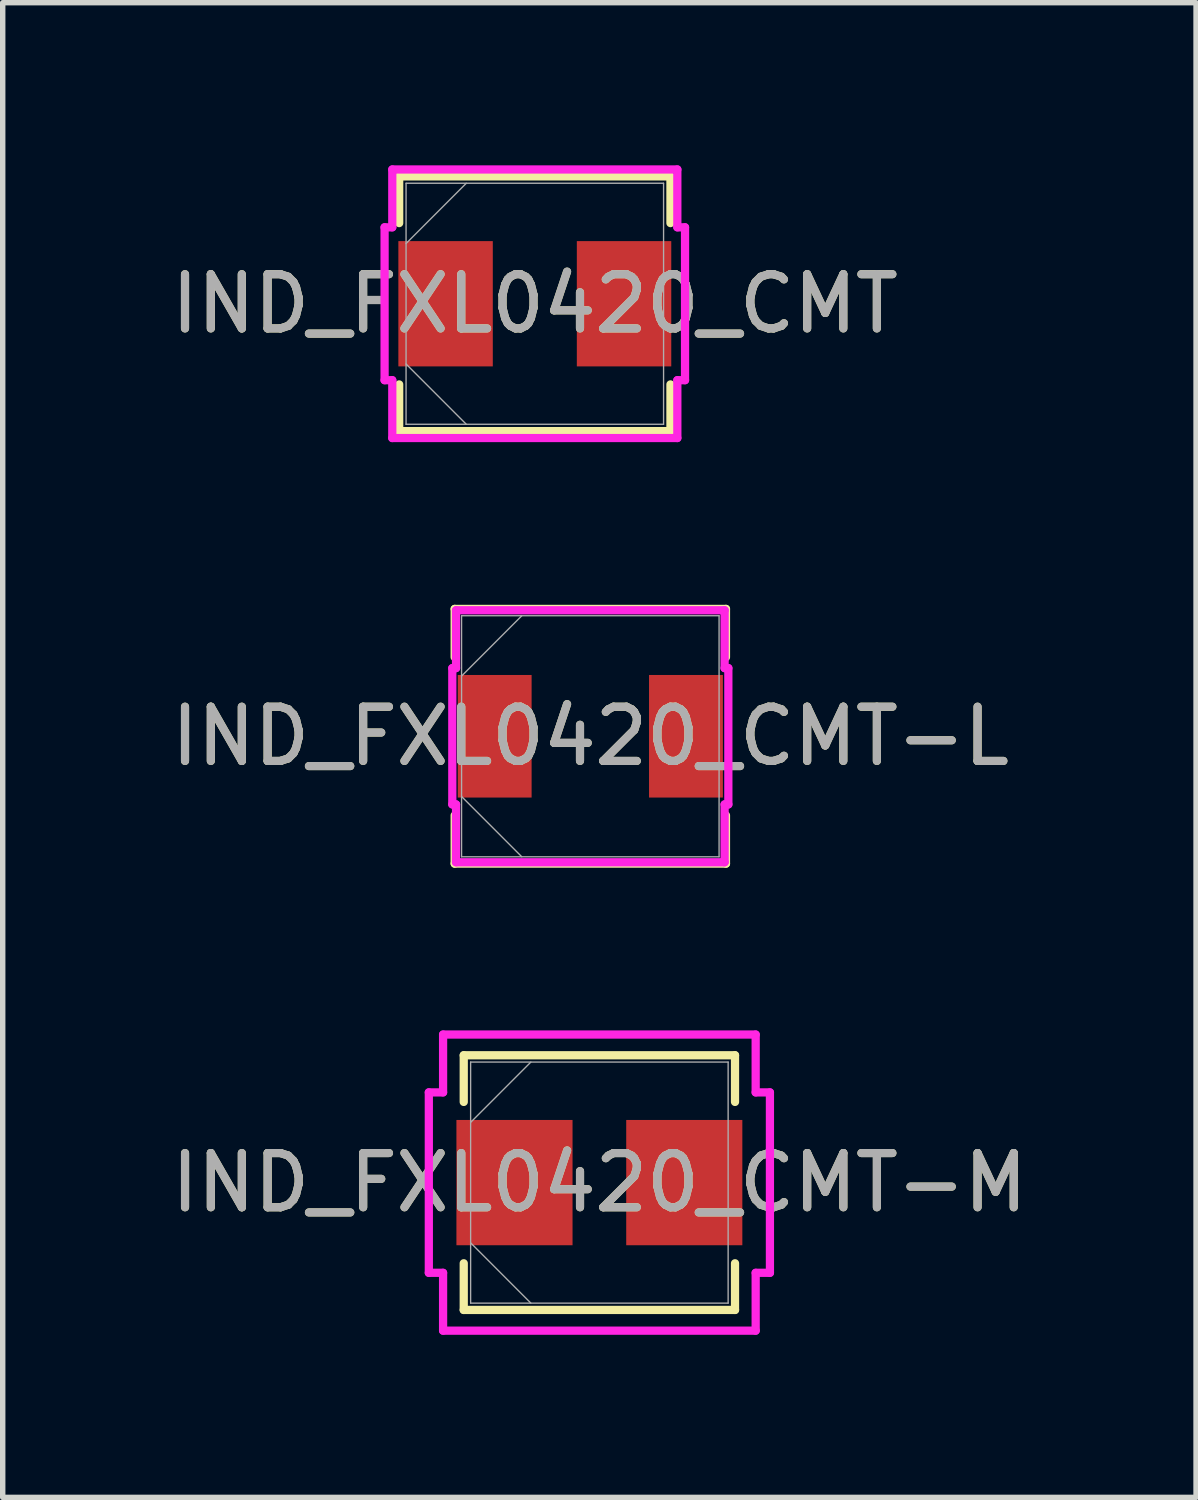
<source format=kicad_pcb>
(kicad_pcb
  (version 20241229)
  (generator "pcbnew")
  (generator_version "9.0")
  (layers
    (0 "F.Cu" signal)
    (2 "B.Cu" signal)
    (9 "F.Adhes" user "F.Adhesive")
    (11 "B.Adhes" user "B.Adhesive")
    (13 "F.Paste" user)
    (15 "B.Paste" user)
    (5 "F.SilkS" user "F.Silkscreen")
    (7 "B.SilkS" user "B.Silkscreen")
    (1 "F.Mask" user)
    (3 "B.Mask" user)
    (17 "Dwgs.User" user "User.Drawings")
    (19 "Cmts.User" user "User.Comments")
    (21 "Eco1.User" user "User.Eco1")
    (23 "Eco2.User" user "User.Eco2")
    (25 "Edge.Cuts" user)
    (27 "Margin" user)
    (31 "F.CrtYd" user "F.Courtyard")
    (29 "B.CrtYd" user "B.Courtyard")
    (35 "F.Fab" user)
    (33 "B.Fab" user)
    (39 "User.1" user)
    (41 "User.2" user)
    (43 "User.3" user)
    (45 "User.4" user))
  (footprint "IND_FXL0420_CMT-L"
    (layer "F.Cu")
    (at 7.839 10.531)
    (property "Reference" "IND_FXL0420_CMT-L" (at 0 0 0) (unlocked yes) (layer "F.SilkS") (effects (font (size 1 1) (thickness 0.15))))
    (attr smd)
    (fp_line (start -2.502 -2.349) (end -2.502 -1.459) (stroke (width 0.152) (type solid)) (layer "F.SilkS"))
    (fp_line (start -2.502 1.459) (end -2.502 2.349) (stroke (width 0.152) (type solid)) (layer "F.SilkS"))
    (fp_line (start -2.502 2.349) (end 2.502 2.349) (stroke (width 0.152) (type solid)) (layer "F.SilkS"))
    (fp_line (start 2.502 -2.349) (end -2.502 -2.349) (stroke (width 0.152) (type solid)) (layer "F.SilkS"))
    (fp_line (start 2.502 -1.459) (end 2.502 -2.349) (stroke (width 0.152) (type solid)) (layer "F.SilkS"))
    (fp_line (start 2.502 2.349) (end 2.502 1.459) (stroke (width 0.152) (type solid)) (layer "F.SilkS"))
    (fp_line (start -2.546 -1.257) (end -2.477 -1.257) (stroke (width 0.152) (type solid)) (layer "F.CrtYd"))
    (fp_line (start -2.546 1.257) (end -2.546 -1.257) (stroke (width 0.152) (type solid)) (layer "F.CrtYd"))
    (fp_line (start -2.477 -2.324) (end 2.477 -2.324) (stroke (width 0.152) (type solid)) (layer "F.CrtYd"))
    (fp_line (start -2.477 -1.257) (end -2.477 -2.324) (stroke (width 0.152) (type solid)) (layer "F.CrtYd"))
    (fp_line (start -2.477 1.257) (end -2.546 1.257) (stroke (width 0.152) (type solid)) (layer "F.CrtYd"))
    (fp_line (start -2.477 1.257) (end -2.477 2.324) (stroke (width 0.152) (type solid)) (layer "F.CrtYd"))
    (fp_line (start -2.477 2.324) (end 2.477 2.324) (stroke (width 0.152) (type solid)) (layer "F.CrtYd"))
    (fp_line (start 2.477 -2.324) (end 2.477 -1.257) (stroke (width 0.152) (type solid)) (layer "F.CrtYd"))
    (fp_line (start 2.477 -1.257) (end 2.546 -1.257) (stroke (width 0.152) (type solid)) (layer "F.CrtYd"))
    (fp_line (start 2.477 1.257) (end 2.546 1.257) (stroke (width 0.152) (type solid)) (layer "F.CrtYd"))
    (fp_line (start 2.477 2.324) (end 2.477 1.257) (stroke (width 0.152) (type solid)) (layer "F.CrtYd"))
    (fp_line (start 2.546 -1.257) (end 2.546 1.257) (stroke (width 0.152) (type solid)) (layer "F.CrtYd"))
    (fp_line (start -2.375 -2.223) (end -2.375 2.223) (stroke (width 0.025) (type solid)) (layer "F.Fab"))
    (fp_line (start -2.375 -1.111) (end -1.264 -2.223) (stroke (width 0.025) (type solid)) (layer "F.Fab"))
    (fp_line (start -2.375 1.111) (end -1.264 2.223) (stroke (width 0.025) (type solid)) (layer "F.Fab"))
    (fp_line (start -2.375 2.223) (end 2.375 2.223) (stroke (width 0.025) (type solid)) (layer "F.Fab"))
    (fp_line (start 2.375 -2.223) (end -2.375 -2.223) (stroke (width 0.025) (type solid)) (layer "F.Fab"))
    (fp_line (start 2.375 2.223) (end 2.375 -2.223) (stroke (width 0.025) (type solid)) (layer "F.Fab"))
    (fp_text user "${REFERENCE}" (at 0 0 0) (unlocked yes) (layer "F.Fab") (effects (font (size 1 1) (thickness 0.15))))
    (pad "1" smd rect (at -1.764 0 90) (size 2.261 1.362) (layers "F.Cu" "F.Mask" "F.Paste"))
    (pad "2" smd rect (at 1.764 0 90) (size 2.261 1.362) (layers "F.Cu" "F.Mask" "F.Paste")))
  (footprint "IND_FXL0420_CMT"
    (layer "F.Cu")
    (at 6.815 2.553)
    (property "Reference" "IND_FXL0420_CMT" (at 0 0 0) (unlocked yes) (layer "F.SilkS") (effects (font (size 1 1) (thickness 0.15))))
    (attr smd)
    (fp_line (start -2.502 -2.349) (end -2.502 -1.488) (stroke (width 0.152) (type solid)) (layer "F.SilkS"))
    (fp_line (start -2.502 1.488) (end -2.502 2.349) (stroke (width 0.152) (type solid)) (layer "F.SilkS"))
    (fp_line (start -2.502 2.349) (end 2.502 2.349) (stroke (width 0.152) (type solid)) (layer "F.SilkS"))
    (fp_line (start 2.502 -2.349) (end -2.502 -2.349) (stroke (width 0.152) (type solid)) (layer "F.SilkS"))
    (fp_line (start 2.502 -1.488) (end 2.502 -2.349) (stroke (width 0.152) (type solid)) (layer "F.SilkS"))
    (fp_line (start 2.502 2.349) (end 2.502 1.488) (stroke (width 0.152) (type solid)) (layer "F.SilkS"))
    (fp_line (start -2.771 -1.41) (end -2.629 -1.41) (stroke (width 0.152) (type solid)) (layer "F.CrtYd"))
    (fp_line (start -2.771 1.41) (end -2.771 -1.41) (stroke (width 0.152) (type solid)) (layer "F.CrtYd"))
    (fp_line (start -2.629 -2.477) (end 2.629 -2.477) (stroke (width 0.152) (type solid)) (layer "F.CrtYd"))
    (fp_line (start -2.629 -1.41) (end -2.629 -2.477) (stroke (width 0.152) (type solid)) (layer "F.CrtYd"))
    (fp_line (start -2.629 1.41) (end -2.771 1.41) (stroke (width 0.152) (type solid)) (layer "F.CrtYd"))
    (fp_line (start -2.629 1.41) (end -2.629 2.477) (stroke (width 0.152) (type solid)) (layer "F.CrtYd"))
    (fp_line (start -2.629 2.477) (end 2.629 2.477) (stroke (width 0.152) (type solid)) (layer "F.CrtYd"))
    (fp_line (start 2.629 -2.477) (end 2.629 -1.41) (stroke (width 0.152) (type solid)) (layer "F.CrtYd"))
    (fp_line (start 2.629 -1.41) (end 2.771 -1.41) (stroke (width 0.152) (type solid)) (layer "F.CrtYd"))
    (fp_line (start 2.629 1.41) (end 2.771 1.41) (stroke (width 0.152) (type solid)) (layer "F.CrtYd"))
    (fp_line (start 2.629 2.477) (end 2.629 1.41) (stroke (width 0.152) (type solid)) (layer "F.CrtYd"))
    (fp_line (start 2.771 -1.41) (end 2.771 1.41) (stroke (width 0.152) (type solid)) (layer "F.CrtYd"))
    (fp_line (start -2.375 -2.223) (end -2.375 2.223) (stroke (width 0.025) (type solid)) (layer "F.Fab"))
    (fp_line (start -2.375 -1.111) (end -1.264 -2.223) (stroke (width 0.025) (type solid)) (layer "F.Fab"))
    (fp_line (start -2.375 1.111) (end -1.264 2.223) (stroke (width 0.025) (type solid)) (layer "F.Fab"))
    (fp_line (start -2.375 2.223) (end 2.375 2.223) (stroke (width 0.025) (type solid)) (layer "F.Fab"))
    (fp_line (start 2.375 -2.223) (end -2.375 -2.223) (stroke (width 0.025) (type solid)) (layer "F.Fab"))
    (fp_line (start 2.375 2.223) (end 2.375 -2.223) (stroke (width 0.025) (type solid)) (layer "F.Fab"))
    (fp_text user "${REFERENCE}" (at 0 0 0) (unlocked yes) (layer "F.Fab") (effects (font (size 1 1) (thickness 0.15))))
    (pad "1" smd rect (at -1.646 0 90) (size 2.311 1.742) (layers "F.Cu" "F.Mask" "F.Paste"))
    (pad "2" smd rect (at 1.646 0 90) (size 2.311 1.742) (layers "F.Cu" "F.Mask" "F.Paste")))
  (footprint "IND_FXL0420_CMT-M"
    (layer "F.Cu")
    (at 8.006 18.764)
    (property "Reference" "IND_FXL0420_CMT-M" (at 0 0 0) (unlocked yes) (layer "F.SilkS") (effects (font (size 1 1) (thickness 0.15))))
    (attr smd)
    (fp_line (start -2.502 -2.349) (end -2.502 -1.488) (stroke (width 0.152) (type solid)) (layer "F.SilkS"))
    (fp_line (start -2.502 1.488) (end -2.502 2.349) (stroke (width 0.152) (type solid)) (layer "F.SilkS"))
    (fp_line (start -2.502 2.349) (end 2.502 2.349) (stroke (width 0.152) (type solid)) (layer "F.SilkS"))
    (fp_line (start 2.502 -2.349) (end -2.502 -2.349) (stroke (width 0.152) (type solid)) (layer "F.SilkS"))
    (fp_line (start 2.502 -1.488) (end 2.502 -2.349) (stroke (width 0.152) (type solid)) (layer "F.SilkS"))
    (fp_line (start 2.502 2.349) (end 2.502 1.488) (stroke (width 0.152) (type solid)) (layer "F.SilkS"))
    (fp_line (start -3.146 -1.664) (end -2.883 -1.664) (stroke (width 0.152) (type solid)) (layer "F.CrtYd"))
    (fp_line (start -3.146 1.664) (end -3.146 -1.664) (stroke (width 0.152) (type solid)) (layer "F.CrtYd"))
    (fp_line (start -2.883 -2.731) (end 2.883 -2.731) (stroke (width 0.152) (type solid)) (layer "F.CrtYd"))
    (fp_line (start -2.883 -1.664) (end -2.883 -2.731) (stroke (width 0.152) (type solid)) (layer "F.CrtYd"))
    (fp_line (start -2.883 1.664) (end -3.146 1.664) (stroke (width 0.152) (type solid)) (layer "F.CrtYd"))
    (fp_line (start -2.883 1.664) (end -2.883 2.731) (stroke (width 0.152) (type solid)) (layer "F.CrtYd"))
    (fp_line (start -2.883 2.731) (end 2.883 2.731) (stroke (width 0.152) (type solid)) (layer "F.CrtYd"))
    (fp_line (start 2.883 -2.731) (end 2.883 -1.664) (stroke (width 0.152) (type solid)) (layer "F.CrtYd"))
    (fp_line (start 2.883 -1.664) (end 3.146 -1.664) (stroke (width 0.152) (type solid)) (layer "F.CrtYd"))
    (fp_line (start 2.883 1.664) (end 3.146 1.664) (stroke (width 0.152) (type solid)) (layer "F.CrtYd"))
    (fp_line (start 2.883 2.731) (end 2.883 1.664) (stroke (width 0.152) (type solid)) (layer "F.CrtYd"))
    (fp_line (start 3.146 -1.664) (end 3.146 1.664) (stroke (width 0.152) (type solid)) (layer "F.CrtYd"))
    (fp_line (start -2.375 -2.223) (end -2.375 2.223) (stroke (width 0.025) (type solid)) (layer "F.Fab"))
    (fp_line (start -2.375 -1.111) (end -1.264 -2.223) (stroke (width 0.025) (type solid)) (layer "F.Fab"))
    (fp_line (start -2.375 1.111) (end -1.264 2.223) (stroke (width 0.025) (type solid)) (layer "F.Fab"))
    (fp_line (start -2.375 2.223) (end 2.375 2.223) (stroke (width 0.025) (type solid)) (layer "F.Fab"))
    (fp_line (start 2.375 -2.223) (end -2.375 -2.223) (stroke (width 0.025) (type solid)) (layer "F.Fab"))
    (fp_line (start 2.375 2.223) (end 2.375 -2.223) (stroke (width 0.025) (type solid)) (layer "F.Fab"))
    (fp_text user "${REFERENCE}" (at 0 0 0) (unlocked yes) (layer "F.Fab") (effects (font (size 1 1) (thickness 0.15))))
    (pad "1" smd rect (at -1.566 0 90) (size 2.311 2.142) (layers "F.Cu" "F.Mask" "F.Paste"))
    (pad "2" smd rect (at 1.566 0 90) (size 2.311 2.142) (layers "F.Cu" "F.Mask" "F.Paste")))
  (gr_rect
    (start -3 -3)
    (end 19.012 24.57)
    (stroke (width 0.1) (type default))
    (fill no)
    (layer "Edge.Cuts")))
</source>
